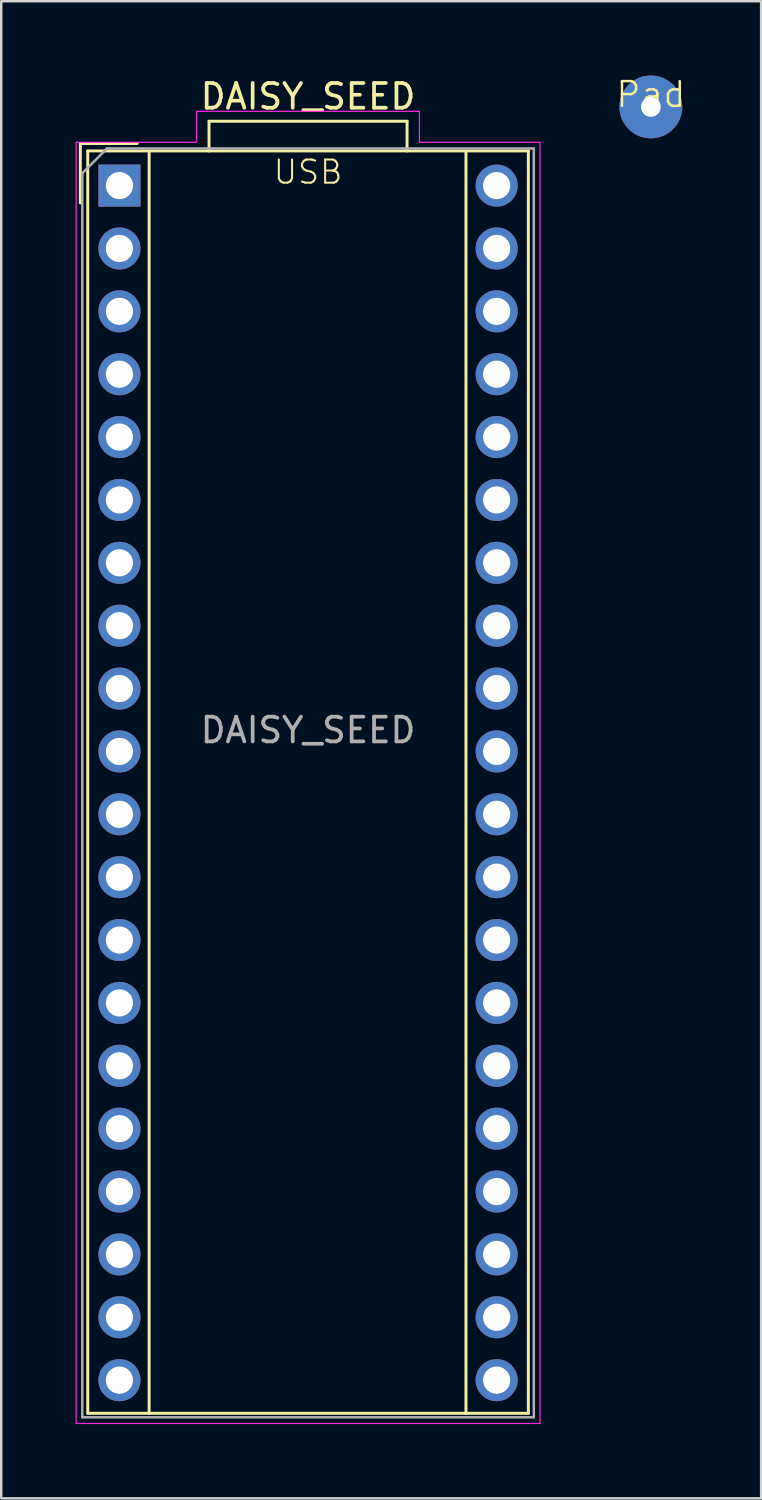
<source format=kicad_pcb>
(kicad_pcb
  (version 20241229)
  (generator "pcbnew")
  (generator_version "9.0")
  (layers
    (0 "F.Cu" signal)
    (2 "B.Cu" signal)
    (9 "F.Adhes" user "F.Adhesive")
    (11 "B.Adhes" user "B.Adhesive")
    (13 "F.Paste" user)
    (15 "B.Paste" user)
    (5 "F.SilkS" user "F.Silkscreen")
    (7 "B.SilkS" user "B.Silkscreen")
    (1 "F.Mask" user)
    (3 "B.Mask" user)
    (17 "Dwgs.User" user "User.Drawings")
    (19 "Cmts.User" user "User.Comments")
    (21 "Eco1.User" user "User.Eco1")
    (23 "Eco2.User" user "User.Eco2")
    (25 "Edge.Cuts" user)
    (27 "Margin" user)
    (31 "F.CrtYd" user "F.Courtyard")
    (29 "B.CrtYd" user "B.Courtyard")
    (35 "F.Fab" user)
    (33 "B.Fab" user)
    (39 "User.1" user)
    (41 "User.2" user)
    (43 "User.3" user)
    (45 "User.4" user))
  (footprint "DAISY_SEED"
    (layer "F.Cu")
    (at 1.775 4.448)
    (property "Reference" "DAISY_SEED" (at 7.62 -3.6 0) (layer "F.SilkS") (effects (font (size 1 1) (thickness 0.15))))
    (attr through_hole)
    (fp_line (start -1.58 -1.7) (end -1.58 0.7) (stroke (width 0.12) (type solid)) (layer "F.SilkS"))
    (fp_line (start -1.28 -1.4) (end 16.52 -1.4) (stroke (width 0.12) (type solid)) (layer "F.SilkS"))
    (fp_line (start -1.28 49.6) (end -1.28 -1.4) (stroke (width 0.12) (type solid)) (layer "F.SilkS"))
    (fp_line (start 0.72 -1.7) (end -1.58 -1.7) (stroke (width 0.12) (type solid)) (layer "F.SilkS"))
    (fp_line (start 1.2 -1.4) (end 1.2 49.6) (stroke (width 0.12) (type solid)) (layer "F.SilkS"))
    (fp_line (start 3.62 -2.6) (end 11.62 -2.6) (stroke (width 0.12) (type solid)) (layer "F.SilkS"))
    (fp_line (start 3.62 -1.4) (end 3.62 -2.6) (stroke (width 0.12) (type solid)) (layer "F.SilkS"))
    (fp_line (start 11.62 -2.6) (end 11.62 -1.4) (stroke (width 0.12) (type solid)) (layer "F.SilkS"))
    (fp_line (start 14 -1.4) (end 14 49.6) (stroke (width 0.12) (type solid)) (layer "F.SilkS"))
    (fp_line (start 16.52 -1.4) (end 16.52 49.6) (stroke (width 0.12) (type solid)) (layer "F.SilkS"))
    (fp_line (start 16.52 49.6) (end -1.28 49.6) (stroke (width 0.12) (type solid)) (layer "F.SilkS"))
    (fp_line (start -1.75 -1.75) (end 3.12 -1.75) (stroke (width 0.05) (type solid)) (layer "F.CrtYd"))
    (fp_line (start -1.75 50.01) (end -1.75 -1.75) (stroke (width 0.05) (type solid)) (layer "F.CrtYd"))
    (fp_line (start 3.12 -3) (end 12.12 -3) (stroke (width 0.05) (type solid)) (layer "F.CrtYd"))
    (fp_line (start 3.12 -1.75) (end 3.12 -3) (stroke (width 0.05) (type solid)) (layer "F.CrtYd"))
    (fp_line (start 12.12 -3) (end 12.12 -1.75) (stroke (width 0.05) (type solid)) (layer "F.CrtYd"))
    (fp_line (start 12.12 -1.75) (end 16.99 -1.75) (stroke (width 0.05) (type solid)) (layer "F.CrtYd"))
    (fp_line (start 16.99 -1.75) (end 16.99 50.01) (stroke (width 0.05) (type solid)) (layer "F.CrtYd"))
    (fp_line (start 16.99 50.01) (end -1.75 50.01) (stroke (width 0.05) (type solid)) (layer "F.CrtYd"))
    (fp_line (start -1.5 -0.5) (end -1.5 49.76) (stroke (width 0.1) (type solid)) (layer "F.Fab"))
    (fp_line (start -1.5 49.76) (end 16.74 49.76) (stroke (width 0.1) (type solid)) (layer "F.Fab"))
    (fp_line (start -0.5 -1.5) (end -1.5 -0.5) (stroke (width 0.1) (type solid)) (layer "F.Fab"))
    (fp_line (start 16.74 -1.5) (end -0.5 -1.5) (stroke (width 0.1) (type solid)) (layer "F.Fab"))
    (fp_line (start 16.74 49.76) (end 16.74 -1.5) (stroke (width 0.1) (type solid)) (layer "F.Fab"))
    (fp_text user "USB" (at 7.62 0 0) (unlocked yes) (layer "F.SilkS") (effects (font (size 0.935 0.935) (thickness 0.081)) (justify bottom)))
    (fp_text user "${REFERENCE}" (at 7.62 22 0) (layer "F.Fab") (effects (font (size 1 1) (thickness 0.15))))
    (pad "1" thru_hole rect (at 0 0) (size 1.7 1.7) (drill 1.1) (layers "*.Cu" "*.Mask"))
    (pad "2" thru_hole circle (at 0 2.54) (size 1.7 1.7) (drill 1.1) (layers "*.Cu" "*.Mask"))
    (pad "3" thru_hole circle (at 0 5.08) (size 1.7 1.7) (drill 1.1) (layers "*.Cu" "*.Mask"))
    (pad "4" thru_hole circle (at 0 7.62) (size 1.7 1.7) (drill 1.1) (layers "*.Cu" "*.Mask"))
    (pad "5" thru_hole circle (at 0 10.16) (size 1.7 1.7) (drill 1.1) (layers "*.Cu" "*.Mask"))
    (pad "6" thru_hole circle (at 0 12.7) (size 1.7 1.7) (drill 1.1) (layers "*.Cu" "*.Mask"))
    (pad "7" thru_hole circle (at 0 15.24) (size 1.7 1.7) (drill 1.1) (layers "*.Cu" "*.Mask"))
    (pad "8" thru_hole circle (at 0 17.78) (size 1.7 1.7) (drill 1.1) (layers "*.Cu" "*.Mask"))
    (pad "9" thru_hole circle (at 0 20.32) (size 1.7 1.7) (drill 1.1) (layers "*.Cu" "*.Mask"))
    (pad "10" thru_hole circle (at 0 22.86) (size 1.7 1.7) (drill 1.1) (layers "*.Cu" "*.Mask"))
    (pad "11" thru_hole circle (at 0 25.4) (size 1.7 1.7) (drill 1.1) (layers "*.Cu" "*.Mask"))
    (pad "12" thru_hole circle (at 0 27.94) (size 1.7 1.7) (drill 1.1) (layers "*.Cu" "*.Mask"))
    (pad "13" thru_hole circle (at 0 30.48) (size 1.7 1.7) (drill 1.1) (layers "*.Cu" "*.Mask"))
    (pad "14" thru_hole circle (at 0 33.02) (size 1.7 1.7) (drill 1.1) (layers "*.Cu" "*.Mask"))
    (pad "15" thru_hole circle (at 0 35.56) (size 1.7 1.7) (drill 1.1) (layers "*.Cu" "*.Mask"))
    (pad "16" thru_hole circle (at 0 38.1) (size 1.7 1.7) (drill 1.1) (layers "*.Cu" "*.Mask"))
    (pad "17" thru_hole circle (at 0 40.64) (size 1.7 1.7) (drill 1.1) (layers "*.Cu" "*.Mask"))
    (pad "18" thru_hole circle (at 0 43.18) (size 1.7 1.7) (drill 1.1) (layers "*.Cu" "*.Mask"))
    (pad "19" thru_hole circle (at 0 45.72) (size 1.7 1.7) (drill 1.1) (layers "*.Cu" "*.Mask"))
    (pad "20" thru_hole circle (at 0 48.26) (size 1.7 1.7) (drill 1.1) (layers "*.Cu" "*.Mask"))
    (pad "21" thru_hole circle (at 15.24 48.26) (size 1.7 1.7) (drill 1.1) (layers "*.Cu" "*.Mask"))
    (pad "22" thru_hole circle (at 15.24 45.72) (size 1.7 1.7) (drill 1.1) (layers "*.Cu" "*.Mask"))
    (pad "23" thru_hole circle (at 15.24 43.18) (size 1.7 1.7) (drill 1.1) (layers "*.Cu" "*.Mask"))
    (pad "24" thru_hole circle (at 15.24 40.64) (size 1.7 1.7) (drill 1.1) (layers "*.Cu" "*.Mask"))
    (pad "25" thru_hole circle (at 15.24 38.1) (size 1.7 1.7) (drill 1.1) (layers "*.Cu" "*.Mask"))
    (pad "26" thru_hole circle (at 15.24 35.56) (size 1.7 1.7) (drill 1.1) (layers "*.Cu" "*.Mask"))
    (pad "27" thru_hole circle (at 15.24 33.02) (size 1.7 1.7) (drill 1.1) (layers "*.Cu" "*.Mask"))
    (pad "28" thru_hole circle (at 15.24 30.48) (size 1.7 1.7) (drill 1.1) (layers "*.Cu" "*.Mask"))
    (pad "29" thru_hole circle (at 15.24 27.94) (size 1.7 1.7) (drill 1.1) (layers "*.Cu" "*.Mask"))
    (pad "30" thru_hole circle (at 15.24 25.4) (size 1.7 1.7) (drill 1.1) (layers "*.Cu" "*.Mask"))
    (pad "31" thru_hole circle (at 15.24 22.86) (size 1.7 1.7) (drill 1.1) (layers "*.Cu" "*.Mask"))
    (pad "32" thru_hole circle (at 15.24 20.32) (size 1.7 1.7) (drill 1.1) (layers "*.Cu" "*.Mask"))
    (pad "33" thru_hole circle (at 15.24 17.78) (size 1.7 1.7) (drill 1.1) (layers "*.Cu" "*.Mask"))
    (pad "34" thru_hole circle (at 15.24 15.24) (size 1.7 1.7) (drill 1.1) (layers "*.Cu" "*.Mask"))
    (pad "35" thru_hole circle (at 15.24 12.7) (size 1.7 1.7) (drill 1.1) (layers "*.Cu" "*.Mask"))
    (pad "36" thru_hole circle (at 15.24 10.16) (size 1.7 1.7) (drill 1.1) (layers "*.Cu" "*.Mask"))
    (pad "37" thru_hole circle (at 15.24 7.62) (size 1.7 1.7) (drill 1.1) (layers "*.Cu" "*.Mask"))
    (pad "38" thru_hole circle (at 15.24 5.08) (size 1.7 1.7) (drill 1.1) (layers "*.Cu" "*.Mask"))
    (pad "39" thru_hole circle (at 15.24 2.54) (size 1.7 1.7) (drill 1.1) (layers "*.Cu" "*.Mask"))
    (pad "40" thru_hole circle (at 15.24 0) (size 1.7 1.7) (drill 1.1) (layers "*.Cu" "*.Mask")))
  (footprint "Pad"
    (layer "F.Cu")
    (at 23.245 1.27)
    (property "Reference" "Pad" (at 0 -0.5 0) (unlocked yes) (layer "F.SilkS") (effects (font (size 1 1) (thickness 0.1))))
    (attr exclude_from_pos_files exclude_from_bom)
    (pad "" thru_hole circle (at 0 0) (size 2.54 2.54) (drill 0.8) (layers "*.Cu" "*.Mask")))
  (gr_rect
    (start -3 -3)
    (end 27.7 57.483)
    (stroke (width 0.1) (type default))
    (fill no)
    (layer "Edge.Cuts")))
</source>
